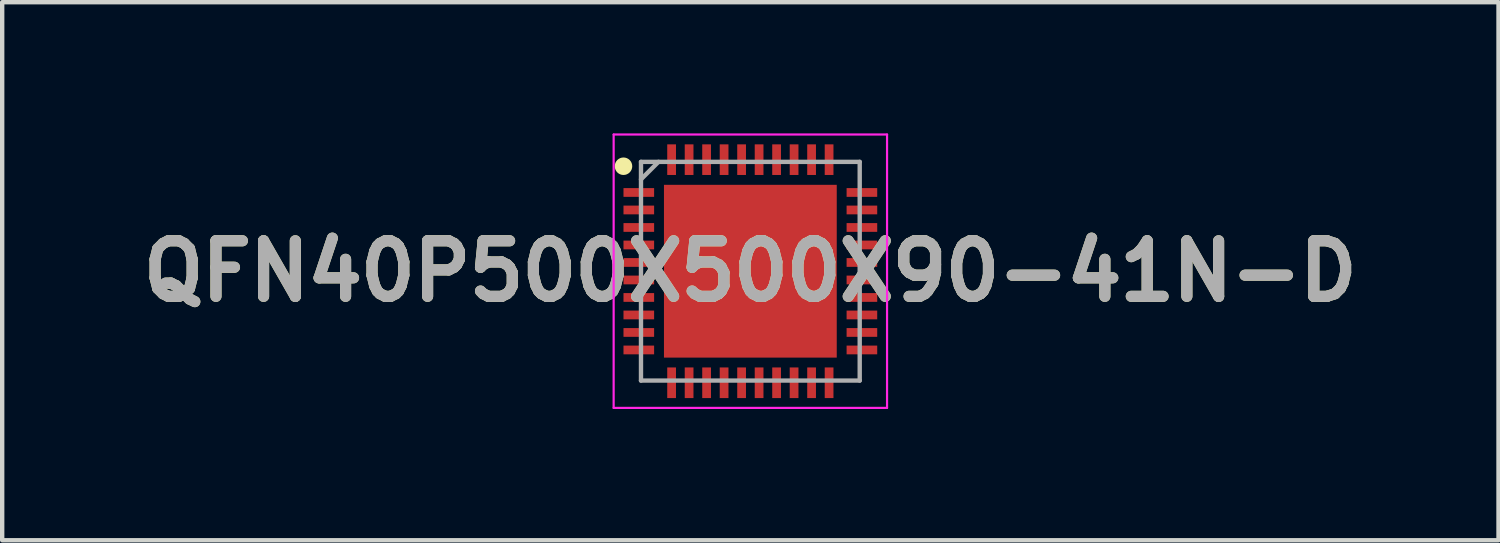
<source format=kicad_pcb>
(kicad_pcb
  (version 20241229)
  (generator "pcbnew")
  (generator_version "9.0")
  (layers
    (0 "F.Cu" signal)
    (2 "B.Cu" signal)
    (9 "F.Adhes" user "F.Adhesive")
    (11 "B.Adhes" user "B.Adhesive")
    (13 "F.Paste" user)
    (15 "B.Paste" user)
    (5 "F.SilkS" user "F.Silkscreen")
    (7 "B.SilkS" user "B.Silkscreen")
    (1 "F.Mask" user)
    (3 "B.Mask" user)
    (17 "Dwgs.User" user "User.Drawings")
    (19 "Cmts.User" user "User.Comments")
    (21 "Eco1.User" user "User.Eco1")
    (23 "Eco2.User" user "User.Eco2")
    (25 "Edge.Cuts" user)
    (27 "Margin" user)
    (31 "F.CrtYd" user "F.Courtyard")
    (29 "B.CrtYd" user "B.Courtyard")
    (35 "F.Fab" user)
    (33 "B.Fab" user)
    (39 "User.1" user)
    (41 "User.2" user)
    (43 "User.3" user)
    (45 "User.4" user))
  (footprint "QFN40P500X500X90-41N-D"
    (layer "F.Cu")
    (at 14.103 3.15)
    (property "Reference" "QFN40P500X500X90-41N-D" (at 0 0 0) (layer "F.SilkS") (effects (font (size 1.27 1.27) (thickness 0.254))))
    (attr smd)
    (fp_circle (center -2.9 -2.4) (end -2.9 -2.3) (stroke (width 0.2) (type solid)) (fill no) (layer "F.SilkS"))
    (fp_line (start -3.125 -3.125) (end 3.125 -3.125) (stroke (width 0.05) (type solid)) (layer "F.CrtYd"))
    (fp_line (start -3.125 3.125) (end -3.125 -3.125) (stroke (width 0.05) (type solid)) (layer "F.CrtYd"))
    (fp_line (start 3.125 -3.125) (end 3.125 3.125) (stroke (width 0.05) (type solid)) (layer "F.CrtYd"))
    (fp_line (start 3.125 3.125) (end -3.125 3.125) (stroke (width 0.05) (type solid)) (layer "F.CrtYd"))
    (fp_line (start -2.5 -2.5) (end 2.5 -2.5) (stroke (width 0.1) (type solid)) (layer "F.Fab"))
    (fp_line (start -2.5 -2.1) (end -2.1 -2.5) (stroke (width 0.1) (type solid)) (layer "F.Fab"))
    (fp_line (start -2.5 2.5) (end -2.5 -2.5) (stroke (width 0.1) (type solid)) (layer "F.Fab"))
    (fp_line (start 2.5 -2.5) (end 2.5 2.5) (stroke (width 0.1) (type solid)) (layer "F.Fab"))
    (fp_line (start 2.5 2.5) (end -2.5 2.5) (stroke (width 0.1) (type solid)) (layer "F.Fab"))
    (fp_text user "${REFERENCE}" (at 0 0 0) (layer "F.Fab") (effects (font (size 1.27 1.27) (thickness 0.254))))
    (pad "1" smd rect (at -2.55 -1.8 90) (size 0.2 0.7) (layers "F.Cu" "F.Mask" "F.Paste"))
    (pad "2" smd rect (at -2.55 -1.4 90) (size 0.2 0.7) (layers "F.Cu" "F.Mask" "F.Paste"))
    (pad "3" smd rect (at -2.55 -1 90) (size 0.2 0.7) (layers "F.Cu" "F.Mask" "F.Paste"))
    (pad "4" smd rect (at -2.55 -0.6 90) (size 0.2 0.7) (layers "F.Cu" "F.Mask" "F.Paste"))
    (pad "5" smd rect (at -2.55 -0.2 90) (size 0.2 0.7) (layers "F.Cu" "F.Mask" "F.Paste"))
    (pad "6" smd rect (at -2.55 0.2 90) (size 0.2 0.7) (layers "F.Cu" "F.Mask" "F.Paste"))
    (pad "7" smd rect (at -2.55 0.6 90) (size 0.2 0.7) (layers "F.Cu" "F.Mask" "F.Paste"))
    (pad "8" smd rect (at -2.55 1 90) (size 0.2 0.7) (layers "F.Cu" "F.Mask" "F.Paste"))
    (pad "9" smd rect (at -2.55 1.4 90) (size 0.2 0.7) (layers "F.Cu" "F.Mask" "F.Paste"))
    (pad "10" smd rect (at -2.55 1.8 90) (size 0.2 0.7) (layers "F.Cu" "F.Mask" "F.Paste"))
    (pad "11" smd rect (at -1.8 2.55) (size 0.2 0.7) (layers "F.Cu" "F.Mask" "F.Paste"))
    (pad "12" smd rect (at -1.4 2.55) (size 0.2 0.7) (layers "F.Cu" "F.Mask" "F.Paste"))
    (pad "13" smd rect (at -1 2.55) (size 0.2 0.7) (layers "F.Cu" "F.Mask" "F.Paste"))
    (pad "14" smd rect (at -0.6 2.55) (size 0.2 0.7) (layers "F.Cu" "F.Mask" "F.Paste"))
    (pad "15" smd rect (at -0.2 2.55) (size 0.2 0.7) (layers "F.Cu" "F.Mask" "F.Paste"))
    (pad "16" smd rect (at 0.2 2.55) (size 0.2 0.7) (layers "F.Cu" "F.Mask" "F.Paste"))
    (pad "17" smd rect (at 0.6 2.55) (size 0.2 0.7) (layers "F.Cu" "F.Mask" "F.Paste"))
    (pad "18" smd rect (at 1 2.55) (size 0.2 0.7) (layers "F.Cu" "F.Mask" "F.Paste"))
    (pad "19" smd rect (at 1.4 2.55) (size 0.2 0.7) (layers "F.Cu" "F.Mask" "F.Paste"))
    (pad "20" smd rect (at 1.8 2.55) (size 0.2 0.7) (layers "F.Cu" "F.Mask" "F.Paste"))
    (pad "21" smd rect (at 2.55 1.8 90) (size 0.2 0.7) (layers "F.Cu" "F.Mask" "F.Paste"))
    (pad "22" smd rect (at 2.55 1.4 90) (size 0.2 0.7) (layers "F.Cu" "F.Mask" "F.Paste"))
    (pad "23" smd rect (at 2.55 1 90) (size 0.2 0.7) (layers "F.Cu" "F.Mask" "F.Paste"))
    (pad "24" smd rect (at 2.55 0.6 90) (size 0.2 0.7) (layers "F.Cu" "F.Mask" "F.Paste"))
    (pad "25" smd rect (at 2.55 0.2 90) (size 0.2 0.7) (layers "F.Cu" "F.Mask" "F.Paste"))
    (pad "26" smd rect (at 2.55 -0.2 90) (size 0.2 0.7) (layers "F.Cu" "F.Mask" "F.Paste"))
    (pad "27" smd rect (at 2.55 -0.6 90) (size 0.2 0.7) (layers "F.Cu" "F.Mask" "F.Paste"))
    (pad "28" smd rect (at 2.55 -1 90) (size 0.2 0.7) (layers "F.Cu" "F.Mask" "F.Paste"))
    (pad "29" smd rect (at 2.55 -1.4 90) (size 0.2 0.7) (layers "F.Cu" "F.Mask" "F.Paste"))
    (pad "30" smd rect (at 2.55 -1.8 90) (size 0.2 0.7) (layers "F.Cu" "F.Mask" "F.Paste"))
    (pad "31" smd rect (at 1.8 -2.55) (size 0.2 0.7) (layers "F.Cu" "F.Mask" "F.Paste"))
    (pad "32" smd rect (at 1.4 -2.55) (size 0.2 0.7) (layers "F.Cu" "F.Mask" "F.Paste"))
    (pad "33" smd rect (at 1 -2.55) (size 0.2 0.7) (layers "F.Cu" "F.Mask" "F.Paste"))
    (pad "34" smd rect (at 0.6 -2.55) (size 0.2 0.7) (layers "F.Cu" "F.Mask" "F.Paste"))
    (pad "35" smd rect (at 0.2 -2.55) (size 0.2 0.7) (layers "F.Cu" "F.Mask" "F.Paste"))
    (pad "36" smd rect (at -0.2 -2.55) (size 0.2 0.7) (layers "F.Cu" "F.Mask" "F.Paste"))
    (pad "37" smd rect (at -0.6 -2.55) (size 0.2 0.7) (layers "F.Cu" "F.Mask" "F.Paste"))
    (pad "38" smd rect (at -1 -2.55) (size 0.2 0.7) (layers "F.Cu" "F.Mask" "F.Paste"))
    (pad "39" smd rect (at -1.4 -2.55) (size 0.2 0.7) (layers "F.Cu" "F.Mask" "F.Paste"))
    (pad "40" smd rect (at -1.8 -2.55) (size 0.2 0.7) (layers "F.Cu" "F.Mask" "F.Paste"))
    (pad "41" smd rect (at 0 0) (size 3.95 3.95) (layers "F.Cu" "F.Mask" "F.Paste")))
  (gr_rect
    (start -3 -3)
    (end 31.206 9.3)
    (stroke (width 0.1) (type default))
    (fill no)
    (layer "Edge.Cuts")))
</source>
